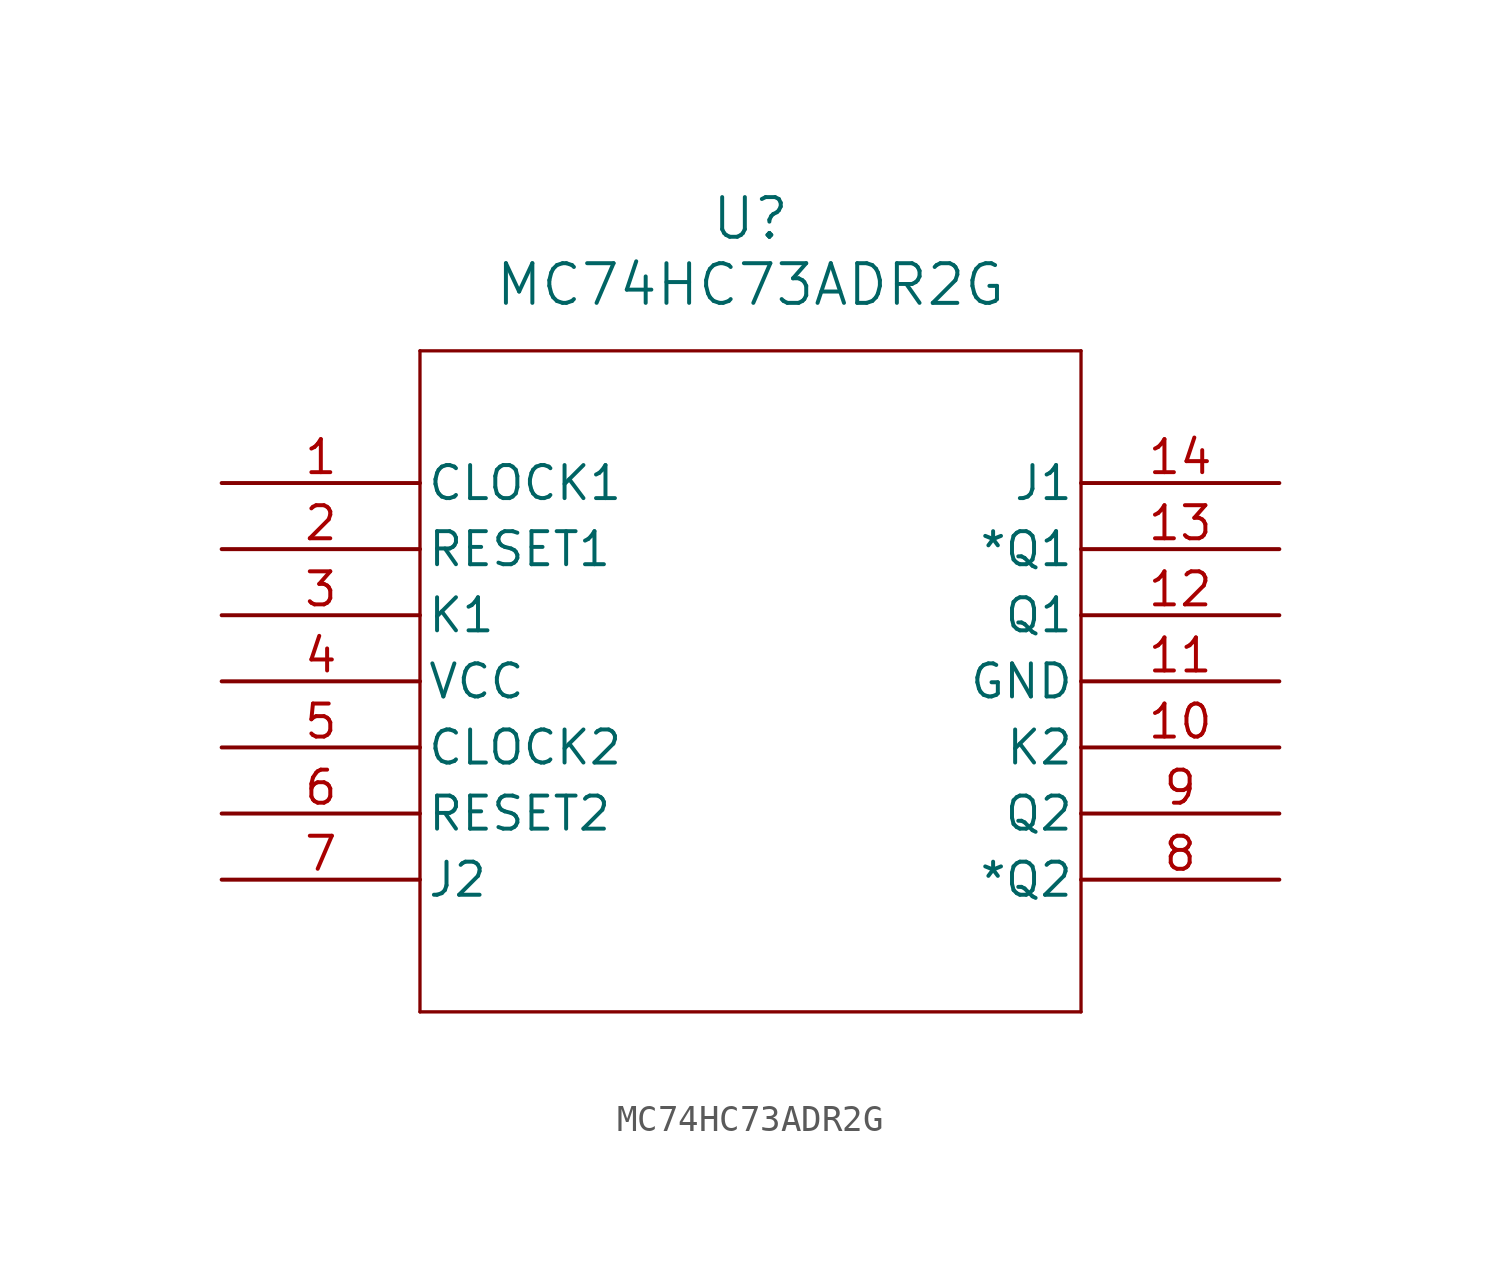
<source format=kicad_sym>
(kicad_symbol_lib
  (version 20211014)
  (generator kicad_symbol_editor)
  (symbol "MC74HC73ADR2G"
    (pin_names
      (offset 0.254))
    (property "Reference" "U"
      (at 20.32 10.16 0)
      (effects (font (size 1.524 1.524))))
    (property "Value" "MC74HC73ADR2G"
      (at 20.32 7.62 0)
      (effects (font (size 1.524 1.524))))
    (symbol "MC74HC73ADR2G_0_1"
      (polyline (pts (xy 7.62 5.08) (xy 7.62 -20.32)) (stroke (width 0.127) (type default) (color 0 0 0 0)) (fill (type none)))
      (polyline (pts (xy 7.62 -20.32) (xy 33.02 -20.32)) (stroke (width 0.127) (type default) (color 0 0 0 0)) (fill (type none)))
      (polyline (pts (xy 33.02 -20.32) (xy 33.02 5.08)) (stroke (width 0.127) (type default) (color 0 0 0 0)) (fill (type none)))
      (polyline (pts (xy 33.02 5.08) (xy 7.62 5.08)) (stroke (width 0.127) (type default) (color 0 0 0 0)) (fill (type none)))
      (pin input line (at 0 0 0) (length 7.62) (name "CLOCK1" (effects (font (size 1.27 1.27)))) (number "1" (effects (font (size 1.27 1.27)))))
      (pin input line (at 0 -2.54 0) (length 7.62) (name "RESET1" (effects (font (size 1.27 1.27)))) (number "2" (effects (font (size 1.27 1.27)))))
      (pin input line (at 0 -5.08 0) (length 7.62) (name "K1" (effects (font (size 1.27 1.27)))) (number "3" (effects (font (size 1.27 1.27)))))
      (pin power_in line (at 0 -7.62 0) (length 7.62) (name "VCC" (effects (font (size 1.27 1.27)))) (number "4" (effects (font (size 1.27 1.27)))))
      (pin input line (at 0 -10.16 0) (length 7.62) (name "CLOCK2" (effects (font (size 1.27 1.27)))) (number "5" (effects (font (size 1.27 1.27)))))
      (pin input line (at 0 -12.7 0) (length 7.62) (name "RESET2" (effects (font (size 1.27 1.27)))) (number "6" (effects (font (size 1.27 1.27)))))
      (pin input line (at 0 -15.24 0) (length 7.62) (name "J2" (effects (font (size 1.27 1.27)))) (number "7" (effects (font (size 1.27 1.27)))))
      (pin output line (at 40.64 -15.24 180) (length 7.62) (name "*Q2" (effects (font (size 1.27 1.27)))) (number "8" (effects (font (size 1.27 1.27)))))
      (pin output line (at 40.64 -12.7 180) (length 7.62) (name "Q2" (effects (font (size 1.27 1.27)))) (number "9" (effects (font (size 1.27 1.27)))))
      (pin input line (at 40.64 -10.16 180) (length 7.62) (name "K2" (effects (font (size 1.27 1.27)))) (number "10" (effects (font (size 1.27 1.27)))))
      (pin power_in line (at 40.64 -7.62 180) (length 7.62) (name "GND" (effects (font (size 1.27 1.27)))) (number "11" (effects (font (size 1.27 1.27)))))
      (pin output line (at 40.64 -5.08 180) (length 7.62) (name "Q1" (effects (font (size 1.27 1.27)))) (number "12" (effects (font (size 1.27 1.27)))))
      (pin output line (at 40.64 -2.54 180) (length 7.62) (name "*Q1" (effects (font (size 1.27 1.27)))) (number "13" (effects (font (size 1.27 1.27)))))
      (pin input line (at 40.64 0 180) (length 7.62) (name "J1" (effects (font (size 1.27 1.27)))) (number "14" (effects (font (size 1.27 1.27))))))))
</source>
